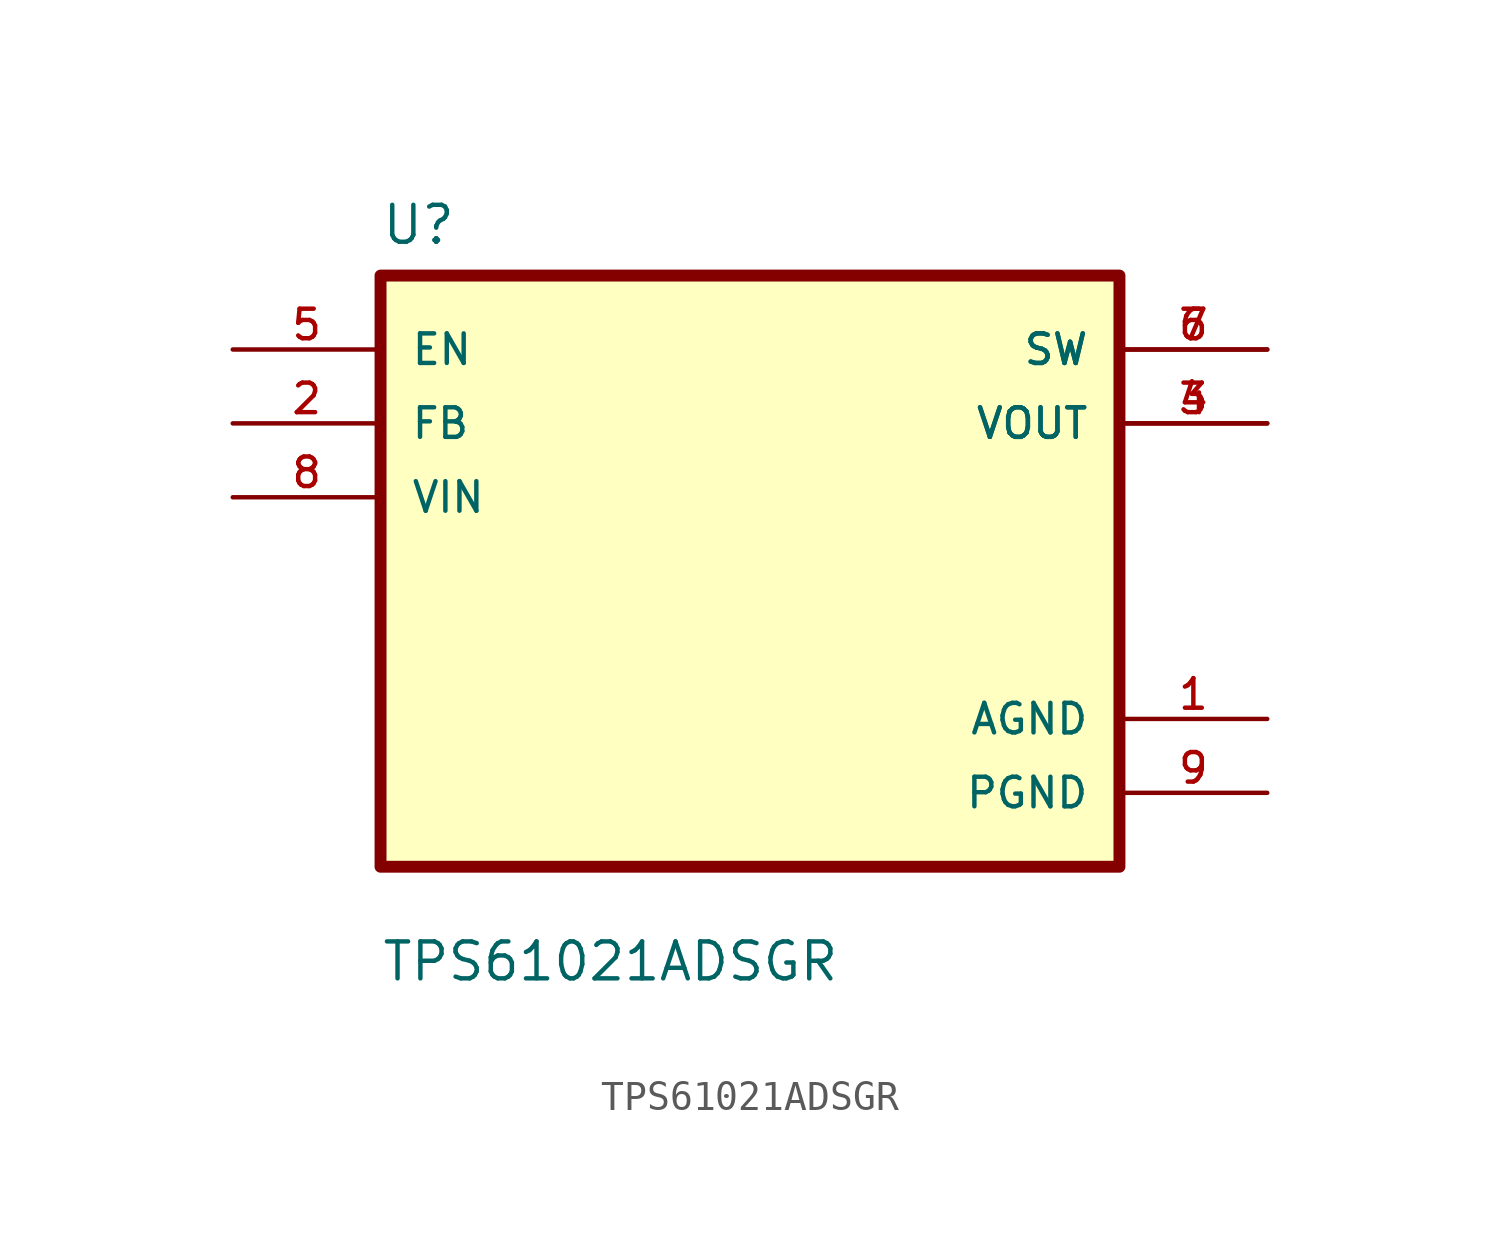
<source format=kicad_sym>
(kicad_symbol_lib
  (version 20211014)
  (generator kicad_symbol_editor)
  (symbol "TPS61021ADSGR"
    (pin_names
      (offset 1.016))
    (property "Reference" "U"
      (at -12.7 11.16 0.0)
      (effects (font (size 1.27 1.27)) (justify bottom left)))
    (property "Value" "TPS61021ADSGR"
      (at -12.7 -14.16 0.0)
      (effects (font (size 1.27 1.27)) (justify bottom left)))
    (symbol "TPS61021ADSGR_0_0"
      (rectangle (start -12.7 -10.16) (end 12.7 10.16) (stroke (width 0.41)) (fill (type background)))
      (pin input line (at -17.78 7.62 0) (length 5.08) (name "EN" (effects (font (size 1.016 1.016)))) (number "5" (effects (font (size 1.016 1.016)))))
      (pin input line (at -17.78 5.08 0) (length 5.08) (name "FB" (effects (font (size 1.016 1.016)))) (number "2" (effects (font (size 1.016 1.016)))))
      (pin input line (at -17.78 2.54 0) (length 5.08) (name "VIN" (effects (font (size 1.016 1.016)))) (number "8" (effects (font (size 1.016 1.016)))))
      (pin output line (at 17.78 7.62 180.0) (length 5.08) (name "SW" (effects (font (size 1.016 1.016)))) (number "6" (effects (font (size 1.016 1.016)))))
      (pin output line (at 17.78 7.62 180.0) (length 5.08) (name "SW" (effects (font (size 1.016 1.016)))) (number "7" (effects (font (size 1.016 1.016)))))
      (pin output line (at 17.78 5.08 180.0) (length 5.08) (name "VOUT" (effects (font (size 1.016 1.016)))) (number "3" (effects (font (size 1.016 1.016)))))
      (pin output line (at 17.78 5.08 180.0) (length 5.08) (name "VOUT" (effects (font (size 1.016 1.016)))) (number "4" (effects (font (size 1.016 1.016)))))
      (pin power_in line (at 17.78 -5.08 180.0) (length 5.08) (name "AGND" (effects (font (size 1.016 1.016)))) (number "1" (effects (font (size 1.016 1.016)))))
      (pin power_in line (at 17.78 -7.62 180.0) (length 5.08) (name "PGND" (effects (font (size 1.016 1.016)))) (number "9" (effects (font (size 1.016 1.016))))))))
</source>
